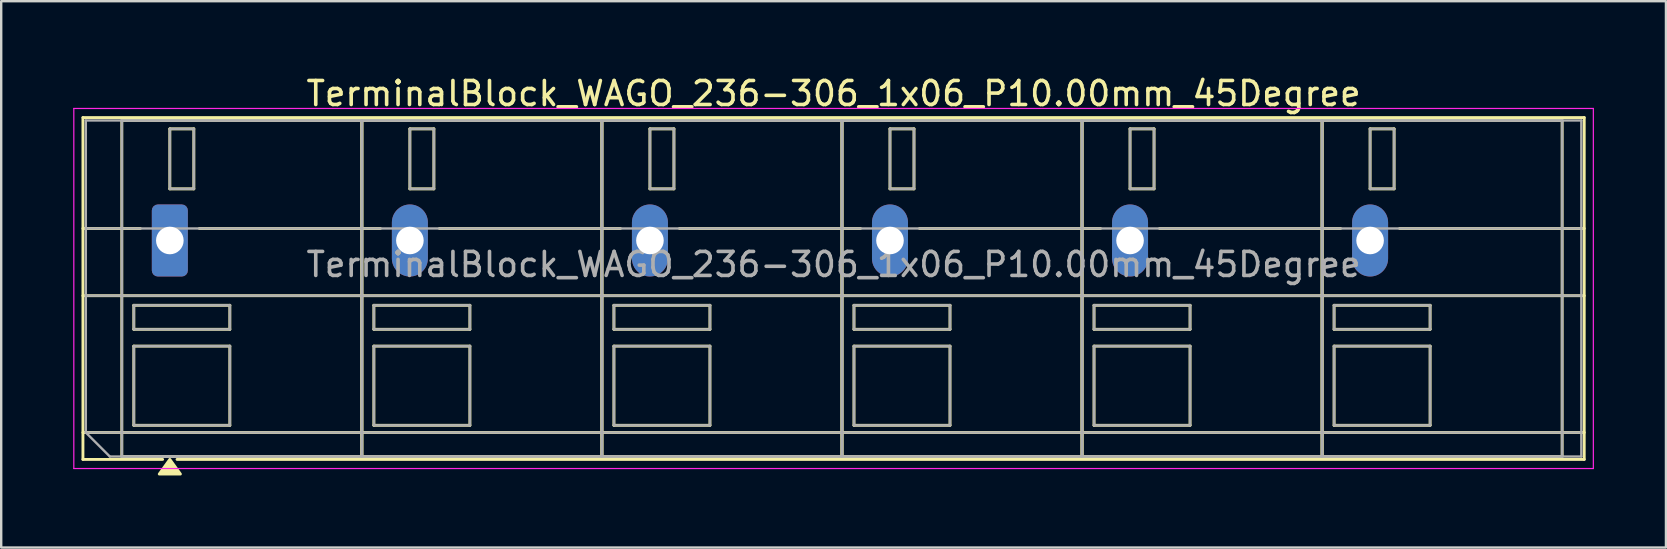
<source format=kicad_pcb>
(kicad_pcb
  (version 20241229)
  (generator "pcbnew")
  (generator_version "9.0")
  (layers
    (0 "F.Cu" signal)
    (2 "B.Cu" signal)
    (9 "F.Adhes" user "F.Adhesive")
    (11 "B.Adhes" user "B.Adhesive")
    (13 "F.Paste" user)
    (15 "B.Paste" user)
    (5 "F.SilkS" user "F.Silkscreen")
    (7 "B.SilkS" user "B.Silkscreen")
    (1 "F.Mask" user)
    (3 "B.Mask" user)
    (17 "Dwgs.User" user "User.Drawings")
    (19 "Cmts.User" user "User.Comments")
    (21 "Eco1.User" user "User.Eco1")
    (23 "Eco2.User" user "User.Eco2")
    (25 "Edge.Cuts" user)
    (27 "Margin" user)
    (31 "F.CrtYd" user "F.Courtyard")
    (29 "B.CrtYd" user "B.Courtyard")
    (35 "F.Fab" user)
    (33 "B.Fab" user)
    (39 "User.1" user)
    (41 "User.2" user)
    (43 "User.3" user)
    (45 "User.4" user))
  (footprint "TerminalBlock_WAGO_236-306_1x06_P10.00mm_45Degree"
    (layer "F.Cu")
    (at 4.025 6.968)
    (property "Reference" "TerminalBlock_WAGO_236-306_1x06_P10.00mm_45Degree" (at 27.65 -6.12 0) (layer "F.SilkS") (effects (font (size 1 1) (thickness 0.15))))
    (attr through_hole)
    (fp_line (start -3.62 -5.12) (end -3.62 9.12) (stroke (width 0.12) (type solid)) (layer "F.SilkS"))
    (fp_line (start -3.62 -5.12) (end 58.92 -5.12) (stroke (width 0.12) (type solid)) (layer "F.SilkS"))
    (fp_line (start -3.62 -0.5) (end -1.23 -0.5) (stroke (width 0.12) (type solid)) (layer "F.SilkS"))
    (fp_line (start -3.62 2.3) (end 58.92 2.3) (stroke (width 0.12) (type solid)) (layer "F.SilkS"))
    (fp_line (start -3.62 8) (end 58.92 8) (stroke (width 0.12) (type solid)) (layer "F.SilkS"))
    (fp_line (start -3.62 9.12) (end -0.3 9.12) (stroke (width 0.12) (type solid)) (layer "F.SilkS"))
    (fp_line (start -2 -5) (end -2 9) (stroke (width 0.12) (type solid)) (layer "F.SilkS"))
    (fp_line (start -2 -5) (end 8 -5) (stroke (width 0.12) (type solid)) (layer "F.SilkS"))
    (fp_line (start -2 9) (end 8 9) (stroke (width 0.12) (type solid)) (layer "F.SilkS"))
    (fp_line (start -1.5 2.7) (end -1.5 3.7) (stroke (width 0.12) (type solid)) (layer "F.SilkS"))
    (fp_line (start -1.5 2.7) (end 2.5 2.7) (stroke (width 0.12) (type solid)) (layer "F.SilkS"))
    (fp_line (start -1.5 3.7) (end 2.5 3.7) (stroke (width 0.12) (type solid)) (layer "F.SilkS"))
    (fp_line (start -1.5 4.4) (end -1.5 7.7) (stroke (width 0.12) (type solid)) (layer "F.SilkS"))
    (fp_line (start -1.5 4.4) (end 2.5 4.4) (stroke (width 0.12) (type solid)) (layer "F.SilkS"))
    (fp_line (start -1.5 7.7) (end 2.5 7.7) (stroke (width 0.12) (type solid)) (layer "F.SilkS"))
    (fp_line (start 0 -4.65) (end 0 -2.15) (stroke (width 0.12) (type solid)) (layer "F.SilkS"))
    (fp_line (start 0 -4.65) (end 1 -4.65) (stroke (width 0.12) (type solid)) (layer "F.SilkS"))
    (fp_line (start 0 -2.15) (end 1 -2.15) (stroke (width 0.12) (type solid)) (layer "F.SilkS"))
    (fp_line (start 0.3 9.12) (end 58.92 9.12) (stroke (width 0.12) (type solid)) (layer "F.SilkS"))
    (fp_line (start 1 -4.65) (end 1 -2.15) (stroke (width 0.12) (type solid)) (layer "F.SilkS"))
    (fp_line (start 1.23 -0.5) (end 8.77 -0.5) (stroke (width 0.12) (type solid)) (layer "F.SilkS"))
    (fp_line (start 2.5 2.7) (end 2.5 3.7) (stroke (width 0.12) (type solid)) (layer "F.SilkS"))
    (fp_line (start 2.5 4.4) (end 2.5 7.7) (stroke (width 0.12) (type solid)) (layer "F.SilkS"))
    (fp_line (start 8 -5) (end 8 9) (stroke (width 0.12) (type solid)) (layer "F.SilkS"))
    (fp_line (start 8 -5) (end 8 9) (stroke (width 0.12) (type solid)) (layer "F.SilkS"))
    (fp_line (start 8 -5) (end 18 -5) (stroke (width 0.12) (type solid)) (layer "F.SilkS"))
    (fp_line (start 8 9) (end 18 9) (stroke (width 0.12) (type solid)) (layer "F.SilkS"))
    (fp_line (start 8.5 2.7) (end 8.5 3.7) (stroke (width 0.12) (type solid)) (layer "F.SilkS"))
    (fp_line (start 8.5 2.7) (end 12.5 2.7) (stroke (width 0.12) (type solid)) (layer "F.SilkS"))
    (fp_line (start 8.5 3.7) (end 12.5 3.7) (stroke (width 0.12) (type solid)) (layer "F.SilkS"))
    (fp_line (start 8.5 4.4) (end 8.5 7.7) (stroke (width 0.12) (type solid)) (layer "F.SilkS"))
    (fp_line (start 8.5 4.4) (end 12.5 4.4) (stroke (width 0.12) (type solid)) (layer "F.SilkS"))
    (fp_line (start 8.5 7.7) (end 12.5 7.7) (stroke (width 0.12) (type solid)) (layer "F.SilkS"))
    (fp_line (start 10 -4.65) (end 10 -2.15) (stroke (width 0.12) (type solid)) (layer "F.SilkS"))
    (fp_line (start 10 -4.65) (end 11 -4.65) (stroke (width 0.12) (type solid)) (layer "F.SilkS"))
    (fp_line (start 10 -2.15) (end 11 -2.15) (stroke (width 0.12) (type solid)) (layer "F.SilkS"))
    (fp_line (start 11 -4.65) (end 11 -2.15) (stroke (width 0.12) (type solid)) (layer "F.SilkS"))
    (fp_line (start 11.23 -0.5) (end 18.77 -0.5) (stroke (width 0.12) (type solid)) (layer "F.SilkS"))
    (fp_line (start 12.5 2.7) (end 12.5 3.7) (stroke (width 0.12) (type solid)) (layer "F.SilkS"))
    (fp_line (start 12.5 4.4) (end 12.5 7.7) (stroke (width 0.12) (type solid)) (layer "F.SilkS"))
    (fp_line (start 18 -5) (end 18 9) (stroke (width 0.12) (type solid)) (layer "F.SilkS"))
    (fp_line (start 18 -5) (end 18 9) (stroke (width 0.12) (type solid)) (layer "F.SilkS"))
    (fp_line (start 18 -5) (end 28 -5) (stroke (width 0.12) (type solid)) (layer "F.SilkS"))
    (fp_line (start 18 9) (end 28 9) (stroke (width 0.12) (type solid)) (layer "F.SilkS"))
    (fp_line (start 18.5 2.7) (end 18.5 3.7) (stroke (width 0.12) (type solid)) (layer "F.SilkS"))
    (fp_line (start 18.5 2.7) (end 22.5 2.7) (stroke (width 0.12) (type solid)) (layer "F.SilkS"))
    (fp_line (start 18.5 3.7) (end 22.5 3.7) (stroke (width 0.12) (type solid)) (layer "F.SilkS"))
    (fp_line (start 18.5 4.4) (end 18.5 7.7) (stroke (width 0.12) (type solid)) (layer "F.SilkS"))
    (fp_line (start 18.5 4.4) (end 22.5 4.4) (stroke (width 0.12) (type solid)) (layer "F.SilkS"))
    (fp_line (start 18.5 7.7) (end 22.5 7.7) (stroke (width 0.12) (type solid)) (layer "F.SilkS"))
    (fp_line (start 20 -4.65) (end 20 -2.15) (stroke (width 0.12) (type solid)) (layer "F.SilkS"))
    (fp_line (start 20 -4.65) (end 21 -4.65) (stroke (width 0.12) (type solid)) (layer "F.SilkS"))
    (fp_line (start 20 -2.15) (end 21 -2.15) (stroke (width 0.12) (type solid)) (layer "F.SilkS"))
    (fp_line (start 21 -4.65) (end 21 -2.15) (stroke (width 0.12) (type solid)) (layer "F.SilkS"))
    (fp_line (start 21.23 -0.5) (end 28.77 -0.5) (stroke (width 0.12) (type solid)) (layer "F.SilkS"))
    (fp_line (start 22.5 2.7) (end 22.5 3.7) (stroke (width 0.12) (type solid)) (layer "F.SilkS"))
    (fp_line (start 22.5 4.4) (end 22.5 7.7) (stroke (width 0.12) (type solid)) (layer "F.SilkS"))
    (fp_line (start 28 -5) (end 28 9) (stroke (width 0.12) (type solid)) (layer "F.SilkS"))
    (fp_line (start 28 -5) (end 28 9) (stroke (width 0.12) (type solid)) (layer "F.SilkS"))
    (fp_line (start 28 -5) (end 38 -5) (stroke (width 0.12) (type solid)) (layer "F.SilkS"))
    (fp_line (start 28 9) (end 38 9) (stroke (width 0.12) (type solid)) (layer "F.SilkS"))
    (fp_line (start 28.5 2.7) (end 28.5 3.7) (stroke (width 0.12) (type solid)) (layer "F.SilkS"))
    (fp_line (start 28.5 2.7) (end 32.5 2.7) (stroke (width 0.12) (type solid)) (layer "F.SilkS"))
    (fp_line (start 28.5 3.7) (end 32.5 3.7) (stroke (width 0.12) (type solid)) (layer "F.SilkS"))
    (fp_line (start 28.5 4.4) (end 28.5 7.7) (stroke (width 0.12) (type solid)) (layer "F.SilkS"))
    (fp_line (start 28.5 4.4) (end 32.5 4.4) (stroke (width 0.12) (type solid)) (layer "F.SilkS"))
    (fp_line (start 28.5 7.7) (end 32.5 7.7) (stroke (width 0.12) (type solid)) (layer "F.SilkS"))
    (fp_line (start 30 -4.65) (end 30 -2.15) (stroke (width 0.12) (type solid)) (layer "F.SilkS"))
    (fp_line (start 30 -4.65) (end 31 -4.65) (stroke (width 0.12) (type solid)) (layer "F.SilkS"))
    (fp_line (start 30 -2.15) (end 31 -2.15) (stroke (width 0.12) (type solid)) (layer "F.SilkS"))
    (fp_line (start 31 -4.65) (end 31 -2.15) (stroke (width 0.12) (type solid)) (layer "F.SilkS"))
    (fp_line (start 31.23 -0.5) (end 38.77 -0.5) (stroke (width 0.12) (type solid)) (layer "F.SilkS"))
    (fp_line (start 32.5 2.7) (end 32.5 3.7) (stroke (width 0.12) (type solid)) (layer "F.SilkS"))
    (fp_line (start 32.5 4.4) (end 32.5 7.7) (stroke (width 0.12) (type solid)) (layer "F.SilkS"))
    (fp_line (start 38 -5) (end 38 9) (stroke (width 0.12) (type solid)) (layer "F.SilkS"))
    (fp_line (start 38 -5) (end 38 9) (stroke (width 0.12) (type solid)) (layer "F.SilkS"))
    (fp_line (start 38 -5) (end 48 -5) (stroke (width 0.12) (type solid)) (layer "F.SilkS"))
    (fp_line (start 38 9) (end 48 9) (stroke (width 0.12) (type solid)) (layer "F.SilkS"))
    (fp_line (start 38.5 2.7) (end 38.5 3.7) (stroke (width 0.12) (type solid)) (layer "F.SilkS"))
    (fp_line (start 38.5 2.7) (end 42.5 2.7) (stroke (width 0.12) (type solid)) (layer "F.SilkS"))
    (fp_line (start 38.5 3.7) (end 42.5 3.7) (stroke (width 0.12) (type solid)) (layer "F.SilkS"))
    (fp_line (start 38.5 4.4) (end 38.5 7.7) (stroke (width 0.12) (type solid)) (layer "F.SilkS"))
    (fp_line (start 38.5 4.4) (end 42.5 4.4) (stroke (width 0.12) (type solid)) (layer "F.SilkS"))
    (fp_line (start 38.5 7.7) (end 42.5 7.7) (stroke (width 0.12) (type solid)) (layer "F.SilkS"))
    (fp_line (start 40 -4.65) (end 40 -2.15) (stroke (width 0.12) (type solid)) (layer "F.SilkS"))
    (fp_line (start 40 -4.65) (end 41 -4.65) (stroke (width 0.12) (type solid)) (layer "F.SilkS"))
    (fp_line (start 40 -2.15) (end 41 -2.15) (stroke (width 0.12) (type solid)) (layer "F.SilkS"))
    (fp_line (start 41 -4.65) (end 41 -2.15) (stroke (width 0.12) (type solid)) (layer "F.SilkS"))
    (fp_line (start 41.23 -0.5) (end 48.77 -0.5) (stroke (width 0.12) (type solid)) (layer "F.SilkS"))
    (fp_line (start 42.5 2.7) (end 42.5 3.7) (stroke (width 0.12) (type solid)) (layer "F.SilkS"))
    (fp_line (start 42.5 4.4) (end 42.5 7.7) (stroke (width 0.12) (type solid)) (layer "F.SilkS"))
    (fp_line (start 48 -5) (end 48 9) (stroke (width 0.12) (type solid)) (layer "F.SilkS"))
    (fp_line (start 48 -5) (end 48 9) (stroke (width 0.12) (type solid)) (layer "F.SilkS"))
    (fp_line (start 48 -5) (end 58 -5) (stroke (width 0.12) (type solid)) (layer "F.SilkS"))
    (fp_line (start 48 9) (end 58 9) (stroke (width 0.12) (type solid)) (layer "F.SilkS"))
    (fp_line (start 48.5 2.7) (end 48.5 3.7) (stroke (width 0.12) (type solid)) (layer "F.SilkS"))
    (fp_line (start 48.5 2.7) (end 52.5 2.7) (stroke (width 0.12) (type solid)) (layer "F.SilkS"))
    (fp_line (start 48.5 3.7) (end 52.5 3.7) (stroke (width 0.12) (type solid)) (layer "F.SilkS"))
    (fp_line (start 48.5 4.4) (end 48.5 7.7) (stroke (width 0.12) (type solid)) (layer "F.SilkS"))
    (fp_line (start 48.5 4.4) (end 52.5 4.4) (stroke (width 0.12) (type solid)) (layer "F.SilkS"))
    (fp_line (start 48.5 7.7) (end 52.5 7.7) (stroke (width 0.12) (type solid)) (layer "F.SilkS"))
    (fp_line (start 50 -4.65) (end 50 -2.15) (stroke (width 0.12) (type solid)) (layer "F.SilkS"))
    (fp_line (start 50 -4.65) (end 51 -4.65) (stroke (width 0.12) (type solid)) (layer "F.SilkS"))
    (fp_line (start 50 -2.15) (end 51 -2.15) (stroke (width 0.12) (type solid)) (layer "F.SilkS"))
    (fp_line (start 51 -4.65) (end 51 -2.15) (stroke (width 0.12) (type solid)) (layer "F.SilkS"))
    (fp_line (start 51.23 -0.5) (end 58.92 -0.5) (stroke (width 0.12) (type solid)) (layer "F.SilkS"))
    (fp_line (start 52.5 2.7) (end 52.5 3.7) (stroke (width 0.12) (type solid)) (layer "F.SilkS"))
    (fp_line (start 52.5 4.4) (end 52.5 7.7) (stroke (width 0.12) (type solid)) (layer "F.SilkS"))
    (fp_line (start 58 -5) (end 58 9) (stroke (width 0.12) (type solid)) (layer "F.SilkS"))
    (fp_line (start 58.92 -5.12) (end 58.92 9.12) (stroke (width 0.12) (type solid)) (layer "F.SilkS"))
    (fp_poly (pts (xy 0 9.12) (xy 0.44 9.73) (xy -0.44 9.73)) (stroke (width 0.12) (type solid)) (fill yes) (layer "F.SilkS"))
    (fp_line (start -4 -5.5) (end -4 9.5) (stroke (width 0.05) (type solid)) (layer "F.CrtYd"))
    (fp_line (start -4 9.5) (end 59.3 9.5) (stroke (width 0.05) (type solid)) (layer "F.CrtYd"))
    (fp_line (start 59.3 -5.5) (end -4 -5.5) (stroke (width 0.05) (type solid)) (layer "F.CrtYd"))
    (fp_line (start 59.3 9.5) (end 59.3 -5.5) (stroke (width 0.05) (type solid)) (layer "F.CrtYd"))
    (fp_line (start -3.5 -5) (end 58.8 -5) (stroke (width 0.1) (type solid)) (layer "F.Fab"))
    (fp_line (start -3.5 -0.5) (end 58.8 -0.5) (stroke (width 0.1) (type solid)) (layer "F.Fab"))
    (fp_line (start -3.5 2.3) (end 58.8 2.3) (stroke (width 0.1) (type solid)) (layer "F.Fab"))
    (fp_line (start -3.5 8) (end -3.5 -5) (stroke (width 0.1) (type solid)) (layer "F.Fab"))
    (fp_line (start -3.5 8) (end 58.8 8) (stroke (width 0.1) (type solid)) (layer "F.Fab"))
    (fp_line (start -2.5 9) (end -3.5 8) (stroke (width 0.1) (type solid)) (layer "F.Fab"))
    (fp_line (start -2 -5) (end -2 9) (stroke (width 0.1) (type solid)) (layer "F.Fab"))
    (fp_line (start -2 9) (end 8 9) (stroke (width 0.1) (type solid)) (layer "F.Fab"))
    (fp_line (start -1.5 2.7) (end -1.5 3.7) (stroke (width 0.1) (type solid)) (layer "F.Fab"))
    (fp_line (start -1.5 3.7) (end 2.5 3.7) (stroke (width 0.1) (type solid)) (layer "F.Fab"))
    (fp_line (start -1.5 4.4) (end -1.5 7.7) (stroke (width 0.1) (type solid)) (layer "F.Fab"))
    (fp_line (start -1.5 7.7) (end 2.5 7.7) (stroke (width 0.1) (type solid)) (layer "F.Fab"))
    (fp_line (start 0 -4.65) (end 0 -2.15) (stroke (width 0.1) (type solid)) (layer "F.Fab"))
    (fp_line (start 0 -2.15) (end 1 -2.15) (stroke (width 0.1) (type solid)) (layer "F.Fab"))
    (fp_line (start 1 -4.65) (end 0 -4.65) (stroke (width 0.1) (type solid)) (layer "F.Fab"))
    (fp_line (start 1 -2.15) (end 1 -4.65) (stroke (width 0.1) (type solid)) (layer "F.Fab"))
    (fp_line (start 2.5 2.7) (end -1.5 2.7) (stroke (width 0.1) (type solid)) (layer "F.Fab"))
    (fp_line (start 2.5 3.7) (end 2.5 2.7) (stroke (width 0.1) (type solid)) (layer "F.Fab"))
    (fp_line (start 2.5 4.4) (end -1.5 4.4) (stroke (width 0.1) (type solid)) (layer "F.Fab"))
    (fp_line (start 2.5 7.7) (end 2.5 4.4) (stroke (width 0.1) (type solid)) (layer "F.Fab"))
    (fp_line (start 8 -5) (end -2 -5) (stroke (width 0.1) (type solid)) (layer "F.Fab"))
    (fp_line (start 8 -5) (end 8 9) (stroke (width 0.1) (type solid)) (layer "F.Fab"))
    (fp_line (start 8 9) (end 8 -5) (stroke (width 0.1) (type solid)) (layer "F.Fab"))
    (fp_line (start 8 9) (end 18 9) (stroke (width 0.1) (type solid)) (layer "F.Fab"))
    (fp_line (start 8.5 2.7) (end 8.5 3.7) (stroke (width 0.1) (type solid)) (layer "F.Fab"))
    (fp_line (start 8.5 3.7) (end 12.5 3.7) (stroke (width 0.1) (type solid)) (layer "F.Fab"))
    (fp_line (start 8.5 4.4) (end 8.5 7.7) (stroke (width 0.1) (type solid)) (layer "F.Fab"))
    (fp_line (start 8.5 7.7) (end 12.5 7.7) (stroke (width 0.1) (type solid)) (layer "F.Fab"))
    (fp_line (start 10 -4.65) (end 10 -2.15) (stroke (width 0.1) (type solid)) (layer "F.Fab"))
    (fp_line (start 10 -2.15) (end 11 -2.15) (stroke (width 0.1) (type solid)) (layer "F.Fab"))
    (fp_line (start 11 -4.65) (end 10 -4.65) (stroke (width 0.1) (type solid)) (layer "F.Fab"))
    (fp_line (start 11 -2.15) (end 11 -4.65) (stroke (width 0.1) (type solid)) (layer "F.Fab"))
    (fp_line (start 12.5 2.7) (end 8.5 2.7) (stroke (width 0.1) (type solid)) (layer "F.Fab"))
    (fp_line (start 12.5 3.7) (end 12.5 2.7) (stroke (width 0.1) (type solid)) (layer "F.Fab"))
    (fp_line (start 12.5 4.4) (end 8.5 4.4) (stroke (width 0.1) (type solid)) (layer "F.Fab"))
    (fp_line (start 12.5 7.7) (end 12.5 4.4) (stroke (width 0.1) (type solid)) (layer "F.Fab"))
    (fp_line (start 18 -5) (end 8 -5) (stroke (width 0.1) (type solid)) (layer "F.Fab"))
    (fp_line (start 18 -5) (end 18 9) (stroke (width 0.1) (type solid)) (layer "F.Fab"))
    (fp_line (start 18 9) (end 18 -5) (stroke (width 0.1) (type solid)) (layer "F.Fab"))
    (fp_line (start 18 9) (end 28 9) (stroke (width 0.1) (type solid)) (layer "F.Fab"))
    (fp_line (start 18.5 2.7) (end 18.5 3.7) (stroke (width 0.1) (type solid)) (layer "F.Fab"))
    (fp_line (start 18.5 3.7) (end 22.5 3.7) (stroke (width 0.1) (type solid)) (layer "F.Fab"))
    (fp_line (start 18.5 4.4) (end 18.5 7.7) (stroke (width 0.1) (type solid)) (layer "F.Fab"))
    (fp_line (start 18.5 7.7) (end 22.5 7.7) (stroke (width 0.1) (type solid)) (layer "F.Fab"))
    (fp_line (start 20 -4.65) (end 20 -2.15) (stroke (width 0.1) (type solid)) (layer "F.Fab"))
    (fp_line (start 20 -2.15) (end 21 -2.15) (stroke (width 0.1) (type solid)) (layer "F.Fab"))
    (fp_line (start 21 -4.65) (end 20 -4.65) (stroke (width 0.1) (type solid)) (layer "F.Fab"))
    (fp_line (start 21 -2.15) (end 21 -4.65) (stroke (width 0.1) (type solid)) (layer "F.Fab"))
    (fp_line (start 22.5 2.7) (end 18.5 2.7) (stroke (width 0.1) (type solid)) (layer "F.Fab"))
    (fp_line (start 22.5 3.7) (end 22.5 2.7) (stroke (width 0.1) (type solid)) (layer "F.Fab"))
    (fp_line (start 22.5 4.4) (end 18.5 4.4) (stroke (width 0.1) (type solid)) (layer "F.Fab"))
    (fp_line (start 22.5 7.7) (end 22.5 4.4) (stroke (width 0.1) (type solid)) (layer "F.Fab"))
    (fp_line (start 28 -5) (end 18 -5) (stroke (width 0.1) (type solid)) (layer "F.Fab"))
    (fp_line (start 28 -5) (end 28 9) (stroke (width 0.1) (type solid)) (layer "F.Fab"))
    (fp_line (start 28 9) (end 28 -5) (stroke (width 0.1) (type solid)) (layer "F.Fab"))
    (fp_line (start 28 9) (end 38 9) (stroke (width 0.1) (type solid)) (layer "F.Fab"))
    (fp_line (start 28.5 2.7) (end 28.5 3.7) (stroke (width 0.1) (type solid)) (layer "F.Fab"))
    (fp_line (start 28.5 3.7) (end 32.5 3.7) (stroke (width 0.1) (type solid)) (layer "F.Fab"))
    (fp_line (start 28.5 4.4) (end 28.5 7.7) (stroke (width 0.1) (type solid)) (layer "F.Fab"))
    (fp_line (start 28.5 7.7) (end 32.5 7.7) (stroke (width 0.1) (type solid)) (layer "F.Fab"))
    (fp_line (start 30 -4.65) (end 30 -2.15) (stroke (width 0.1) (type solid)) (layer "F.Fab"))
    (fp_line (start 30 -2.15) (end 31 -2.15) (stroke (width 0.1) (type solid)) (layer "F.Fab"))
    (fp_line (start 31 -4.65) (end 30 -4.65) (stroke (width 0.1) (type solid)) (layer "F.Fab"))
    (fp_line (start 31 -2.15) (end 31 -4.65) (stroke (width 0.1) (type solid)) (layer "F.Fab"))
    (fp_line (start 32.5 2.7) (end 28.5 2.7) (stroke (width 0.1) (type solid)) (layer "F.Fab"))
    (fp_line (start 32.5 3.7) (end 32.5 2.7) (stroke (width 0.1) (type solid)) (layer "F.Fab"))
    (fp_line (start 32.5 4.4) (end 28.5 4.4) (stroke (width 0.1) (type solid)) (layer "F.Fab"))
    (fp_line (start 32.5 7.7) (end 32.5 4.4) (stroke (width 0.1) (type solid)) (layer "F.Fab"))
    (fp_line (start 38 -5) (end 28 -5) (stroke (width 0.1) (type solid)) (layer "F.Fab"))
    (fp_line (start 38 -5) (end 38 9) (stroke (width 0.1) (type solid)) (layer "F.Fab"))
    (fp_line (start 38 9) (end 38 -5) (stroke (width 0.1) (type solid)) (layer "F.Fab"))
    (fp_line (start 38 9) (end 48 9) (stroke (width 0.1) (type solid)) (layer "F.Fab"))
    (fp_line (start 38.5 2.7) (end 38.5 3.7) (stroke (width 0.1) (type solid)) (layer "F.Fab"))
    (fp_line (start 38.5 3.7) (end 42.5 3.7) (stroke (width 0.1) (type solid)) (layer "F.Fab"))
    (fp_line (start 38.5 4.4) (end 38.5 7.7) (stroke (width 0.1) (type solid)) (layer "F.Fab"))
    (fp_line (start 38.5 7.7) (end 42.5 7.7) (stroke (width 0.1) (type solid)) (layer "F.Fab"))
    (fp_line (start 40 -4.65) (end 40 -2.15) (stroke (width 0.1) (type solid)) (layer "F.Fab"))
    (fp_line (start 40 -2.15) (end 41 -2.15) (stroke (width 0.1) (type solid)) (layer "F.Fab"))
    (fp_line (start 41 -4.65) (end 40 -4.65) (stroke (width 0.1) (type solid)) (layer "F.Fab"))
    (fp_line (start 41 -2.15) (end 41 -4.65) (stroke (width 0.1) (type solid)) (layer "F.Fab"))
    (fp_line (start 42.5 2.7) (end 38.5 2.7) (stroke (width 0.1) (type solid)) (layer "F.Fab"))
    (fp_line (start 42.5 3.7) (end 42.5 2.7) (stroke (width 0.1) (type solid)) (layer "F.Fab"))
    (fp_line (start 42.5 4.4) (end 38.5 4.4) (stroke (width 0.1) (type solid)) (layer "F.Fab"))
    (fp_line (start 42.5 7.7) (end 42.5 4.4) (stroke (width 0.1) (type solid)) (layer "F.Fab"))
    (fp_line (start 48 -5) (end 38 -5) (stroke (width 0.1) (type solid)) (layer "F.Fab"))
    (fp_line (start 48 -5) (end 48 9) (stroke (width 0.1) (type solid)) (layer "F.Fab"))
    (fp_line (start 48 9) (end 48 -5) (stroke (width 0.1) (type solid)) (layer "F.Fab"))
    (fp_line (start 48 9) (end 58 9) (stroke (width 0.1) (type solid)) (layer "F.Fab"))
    (fp_line (start 48.5 2.7) (end 48.5 3.7) (stroke (width 0.1) (type solid)) (layer "F.Fab"))
    (fp_line (start 48.5 3.7) (end 52.5 3.7) (stroke (width 0.1) (type solid)) (layer "F.Fab"))
    (fp_line (start 48.5 4.4) (end 48.5 7.7) (stroke (width 0.1) (type solid)) (layer "F.Fab"))
    (fp_line (start 48.5 7.7) (end 52.5 7.7) (stroke (width 0.1) (type solid)) (layer "F.Fab"))
    (fp_line (start 50 -4.65) (end 50 -2.15) (stroke (width 0.1) (type solid)) (layer "F.Fab"))
    (fp_line (start 50 -2.15) (end 51 -2.15) (stroke (width 0.1) (type solid)) (layer "F.Fab"))
    (fp_line (start 51 -4.65) (end 50 -4.65) (stroke (width 0.1) (type solid)) (layer "F.Fab"))
    (fp_line (start 51 -2.15) (end 51 -4.65) (stroke (width 0.1) (type solid)) (layer "F.Fab"))
    (fp_line (start 52.5 2.7) (end 48.5 2.7) (stroke (width 0.1) (type solid)) (layer "F.Fab"))
    (fp_line (start 52.5 3.7) (end 52.5 2.7) (stroke (width 0.1) (type solid)) (layer "F.Fab"))
    (fp_line (start 52.5 4.4) (end 48.5 4.4) (stroke (width 0.1) (type solid)) (layer "F.Fab"))
    (fp_line (start 52.5 7.7) (end 52.5 4.4) (stroke (width 0.1) (type solid)) (layer "F.Fab"))
    (fp_line (start 58 -5) (end 48 -5) (stroke (width 0.1) (type solid)) (layer "F.Fab"))
    (fp_line (start 58 9) (end 58 -5) (stroke (width 0.1) (type solid)) (layer "F.Fab"))
    (fp_line (start 58.8 -5) (end 58.8 9) (stroke (width 0.1) (type solid)) (layer "F.Fab"))
    (fp_line (start 58.8 9) (end -2.5 9) (stroke (width 0.1) (type solid)) (layer "F.Fab"))
    (fp_text user "${REFERENCE}" (at 27.65 1 0) (layer "F.Fab") (effects (font (size 1 1) (thickness 0.15))))
    (pad "1" thru_hole roundrect (at 0 0) (size 1.5 3) (drill 1.15) (layers "*.Cu" "*.Mask") (roundrect_rratio 0.167))
    (pad "2" thru_hole oval (at 10 0) (size 1.5 3) (drill 1.15) (layers "*.Cu" "*.Mask"))
    (pad "3" thru_hole oval (at 20 0) (size 1.5 3) (drill 1.15) (layers "*.Cu" "*.Mask"))
    (pad "4" thru_hole oval (at 30 0) (size 1.5 3) (drill 1.15) (layers "*.Cu" "*.Mask"))
    (pad "5" thru_hole oval (at 40 0) (size 1.5 3) (drill 1.15) (layers "*.Cu" "*.Mask"))
    (pad "6" thru_hole oval (at 50 0) (size 1.5 3) (drill 1.15) (layers "*.Cu" "*.Mask")))
  (gr_rect
    (start -3 -3)
    (end 66.35 19.758)
    (stroke (width 0.1) (type default))
    (fill no)
    (layer "Edge.Cuts")))
</source>
